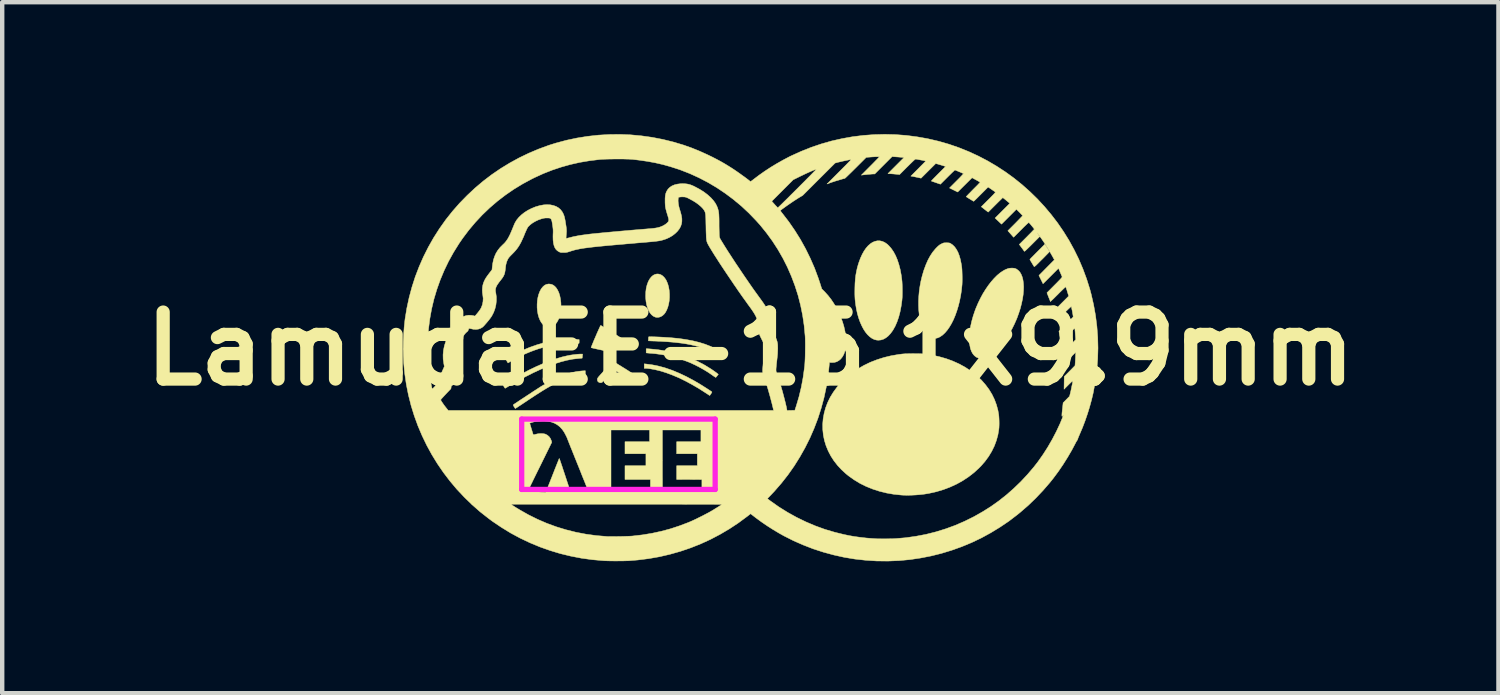
<source format=kicad_pcb>
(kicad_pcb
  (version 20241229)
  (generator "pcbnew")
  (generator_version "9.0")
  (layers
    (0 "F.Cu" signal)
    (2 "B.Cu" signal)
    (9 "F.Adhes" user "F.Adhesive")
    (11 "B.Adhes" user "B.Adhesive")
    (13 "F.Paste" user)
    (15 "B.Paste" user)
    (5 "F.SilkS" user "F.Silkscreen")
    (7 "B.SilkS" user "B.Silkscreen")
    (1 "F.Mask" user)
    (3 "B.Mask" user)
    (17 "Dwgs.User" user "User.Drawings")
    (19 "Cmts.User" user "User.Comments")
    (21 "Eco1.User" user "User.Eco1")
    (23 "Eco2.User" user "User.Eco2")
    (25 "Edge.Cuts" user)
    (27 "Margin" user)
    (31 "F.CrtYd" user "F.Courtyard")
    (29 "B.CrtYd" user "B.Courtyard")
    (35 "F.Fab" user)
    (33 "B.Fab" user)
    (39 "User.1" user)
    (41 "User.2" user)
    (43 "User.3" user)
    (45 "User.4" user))
  (footprint "LamudaEE-16.1x9.9mm"
    (layer "F.Cu")
    (at 14.014 4.881)
    (property "Reference" "LamudaEE-16.1x9.9mm" (at 0 0 0) (layer "F.SilkS") (effects (font (size 1.524 1.524) (thickness 0.3))))
    (attr exclude_from_pos_files exclude_from_bom)
    (fp_poly (pts (xy -2.373 0.347) (xy -2.228 0.366) (xy -2.08 0.396) (xy -1.928 0.438) (xy -1.773 0.492) (xy -1.615 0.558) (xy -1.452 0.635) (xy -1.286 0.724) (xy -1.17 0.791) (xy -1.134 0.813) (xy -1.095 0.837) (xy -1.055 0.863) (xy -1.015 0.888) (xy -0.978 0.912) (xy -0.944 0.934) (xy -0.915 0.953) (xy -0.892 0.969) (xy -0.878 0.979) (xy -0.874 0.983) (xy -0.876 0.99) (xy -0.883 1.005) (xy -0.896 1.024) (xy -0.897 1.026) (xy -0.924 1.064) (xy -1.019 1.002) (xy -1.175 0.902) (xy -1.33 0.812) (xy -1.481 0.731) (xy -1.629 0.659) (xy -1.774 0.598) (xy -1.914 0.546) (xy -2.049 0.504) (xy -2.178 0.473) (xy -2.269 0.457) (xy -2.303 0.452) (xy -2.336 0.448) (xy -2.363 0.446) (xy -2.382 0.445) (xy -2.383 0.445) (xy -2.413 0.445) (xy -2.413 0.343) (xy -2.373 0.347)) (stroke (width 0.01) (type solid)) (fill yes) (layer "F.SilkS"))
    (fp_poly (pts (xy -2.078 -1.698) (xy -2.036 -1.684) (xy -1.995 -1.658) (xy -1.957 -1.621) (xy -1.922 -1.573) (xy -1.905 -1.54) (xy -1.878 -1.474) (xy -1.858 -1.402) (xy -1.845 -1.326) (xy -1.839 -1.247) (xy -1.839 -1.168) (xy -1.845 -1.09) (xy -1.858 -1.015) (xy -1.877 -0.945) (xy -1.902 -0.881) (xy -1.932 -0.825) (xy -1.961 -0.787) (xy -1.999 -0.752) (xy -2.041 -0.728) (xy -2.084 -0.715) (xy -2.128 -0.713) (xy -2.163 -0.72) (xy -2.207 -0.741) (xy -2.247 -0.773) (xy -2.282 -0.816) (xy -2.313 -0.868) (xy -2.338 -0.928) (xy -2.358 -0.997) (xy -2.372 -1.072) (xy -2.38 -1.153) (xy -2.381 -1.205) (xy -2.378 -1.295) (xy -2.368 -1.375) (xy -2.35 -1.449) (xy -2.325 -1.518) (xy -2.314 -1.542) (xy -2.282 -1.597) (xy -2.246 -1.64) (xy -2.207 -1.672) (xy -2.165 -1.692) (xy -2.122 -1.701) (xy -2.078 -1.698)) (stroke (width 0.01) (type solid)) (fill yes) (layer "F.SilkS"))
    (fp_poly (pts (xy 6.726 -2.333) (xy 6.751 -2.293) (xy 6.772 -2.259) (xy 6.788 -2.232) (xy 6.798 -2.214) (xy 6.801 -2.206) (xy 6.797 -2.2) (xy 6.784 -2.187) (xy 6.765 -2.166) (xy 6.739 -2.14) (xy 6.709 -2.109) (xy 6.674 -2.073) (xy 6.636 -2.035) (xy 6.63 -2.03) (xy 6.586 -1.986) (xy 6.551 -1.951) (xy 6.523 -1.923) (xy 6.501 -1.901) (xy 6.484 -1.886) (xy 6.472 -1.876) (xy 6.464 -1.87) (xy 6.458 -1.868) (xy 6.454 -1.869) (xy 6.451 -1.871) (xy 6.45 -1.874) (xy 6.435 -1.898) (xy 6.419 -1.924) (xy 6.402 -1.952) (xy 6.386 -1.979) (xy 6.372 -2.002) (xy 6.362 -2.02) (xy 6.357 -2.03) (xy 6.356 -2.031) (xy 6.361 -2.036) (xy 6.373 -2.05) (xy 6.392 -2.07) (xy 6.418 -2.096) (xy 6.449 -2.127) (xy 6.483 -2.162) (xy 6.521 -2.2) (xy 6.527 -2.206) (xy 6.698 -2.377) (xy 6.726 -2.333)) (stroke (width 0.01) (type solid)) (fill yes) (layer "F.SilkS"))
    (fp_poly (pts (xy -4.531 -1.467) (xy -4.488 -1.45) (xy -4.448 -1.421) (xy -4.413 -1.382) (xy -4.382 -1.333) (xy -4.355 -1.275) (xy -4.334 -1.209) (xy -4.319 -1.136) (xy -4.309 -1.055) (xy -4.307 -1.016) (xy -4.307 -0.921) (xy -4.316 -0.834) (xy -4.333 -0.754) (xy -4.359 -0.679) (xy -4.371 -0.651) (xy -4.401 -0.598) (xy -4.436 -0.554) (xy -4.474 -0.521) (xy -4.515 -0.498) (xy -4.558 -0.486) (xy -4.602 -0.487) (xy -4.61 -0.488) (xy -4.649 -0.501) (xy -4.686 -0.524) (xy -4.718 -0.553) (xy -4.755 -0.598) (xy -4.785 -0.653) (xy -4.81 -0.715) (xy -4.829 -0.784) (xy -4.842 -0.858) (xy -4.849 -0.934) (xy -4.849 -1.012) (xy -4.844 -1.089) (xy -4.832 -1.163) (xy -4.814 -1.234) (xy -4.789 -1.3) (xy -4.759 -1.357) (xy -4.747 -1.374) (xy -4.712 -1.416) (xy -4.675 -1.446) (xy -4.634 -1.465) (xy -4.589 -1.473) (xy -4.578 -1.473) (xy -4.531 -1.467)) (stroke (width 0.01) (type solid)) (fill yes) (layer "F.SilkS"))
    (fp_poly (pts (xy -3.978 -0.214) (xy -3.967 -0.213) (xy -3.893 -0.208) (xy -3.893 -0.169) (xy -3.893 -0.147) (xy -3.895 -0.13) (xy -3.897 -0.123) (xy -3.905 -0.121) (xy -3.923 -0.119) (xy -3.952 -0.117) (xy -3.993 -0.116) (xy -4.047 -0.116) (xy -4.058 -0.116) (xy -4.198 -0.113) (xy -4.332 -0.103) (xy -4.462 -0.085) (xy -4.592 -0.06) (xy -4.725 -0.026) (xy -4.807 -0.002) (xy -4.907 0.032) (xy -5.013 0.072) (xy -5.122 0.118) (xy -5.23 0.168) (xy -5.334 0.221) (xy -5.43 0.275) (xy -5.431 0.275) (xy -5.512 0.323) (xy -5.537 0.281) (xy -5.562 0.239) (xy -5.513 0.209) (xy -5.352 0.119) (xy -5.187 0.039) (xy -5.02 -0.031) (xy -4.85 -0.091) (xy -4.68 -0.139) (xy -4.51 -0.175) (xy -4.342 -0.2) (xy -4.314 -0.203) (xy -4.26 -0.207) (xy -4.201 -0.211) (xy -4.14 -0.213) (xy -4.08 -0.215) (xy -4.025 -0.215) (xy -3.978 -0.214)) (stroke (width 0.01) (type solid)) (fill yes) (layer "F.SilkS"))
    (fp_poly (pts (xy -2.348 0.000065) (xy -2.328 0.001) (xy -2.297 0.003) (xy -2.26 0.006) (xy -2.218 0.01) (xy -2.174 0.014) (xy -2.131 0.019) (xy -2.095 0.023) (xy -1.913 0.052) (xy -1.733 0.092) (xy -1.556 0.143) (xy -1.385 0.205) (xy -1.218 0.278) (xy -1.059 0.36) (xy -0.906 0.453) (xy -0.841 0.497) (xy -0.813 0.517) (xy -0.786 0.536) (xy -0.765 0.552) (xy -0.751 0.563) (xy -0.75 0.564) (xy -0.728 0.582) (xy -0.755 0.616) (xy -0.769 0.634) (xy -0.781 0.647) (xy -0.786 0.652) (xy -0.787 0.652) (xy -0.793 0.649) (xy -0.807 0.64) (xy -0.829 0.626) (xy -0.855 0.608) (xy -0.87 0.597) (xy -0.959 0.536) (xy -1.057 0.476) (xy -1.161 0.418) (xy -1.265 0.365) (xy -1.367 0.318) (xy -1.41 0.3) (xy -1.553 0.247) (xy -1.703 0.201) (xy -1.858 0.163) (xy -2.013 0.133) (xy -2.166 0.112) (xy -2.245 0.105) (xy -2.275 0.103) (xy -2.306 0.1) (xy -2.332 0.098) (xy -2.332 0.098) (xy -2.369 0.094) (xy -2.369 0) (xy -2.348 0.000065)) (stroke (width 0.01) (type solid)) (fill yes) (layer "F.SilkS"))
    (fp_poly (pts (xy -2.221 -0.272) (xy -2.177 -0.271) (xy -2.128 -0.269) (xy -2.074 -0.267) (xy -2.018 -0.264) (xy -1.96 -0.261) (xy -1.903 -0.257) (xy -1.847 -0.254) (xy -1.81 -0.251) (xy -1.632 -0.234) (xy -1.466 -0.21) (xy -1.31 -0.181) (xy -1.164 -0.145) (xy -1.029 -0.103) (xy -0.903 -0.054) (xy -0.787 0.000407) (xy -0.681 0.062) (xy -0.674 0.066) (xy -0.628 0.096) (xy -0.639 0.113) (xy -0.659 0.143) (xy -0.673 0.164) (xy -0.68 0.176) (xy -0.682 0.178) (xy -0.687 0.174) (xy -0.701 0.166) (xy -0.721 0.153) (xy -0.733 0.145) (xy -0.826 0.092) (xy -0.928 0.043) (xy -1.038 -0.001) (xy -1.151 -0.039) (xy -1.176 -0.047) (xy -1.263 -0.07) (xy -1.354 -0.091) (xy -1.449 -0.109) (xy -1.549 -0.125) (xy -1.657 -0.138) (xy -1.772 -0.15) (xy -1.897 -0.16) (xy -2.031 -0.168) (xy -2.177 -0.175) (xy -2.199 -0.175) (xy -2.318 -0.18) (xy -2.318 -0.222) (xy -2.317 -0.244) (xy -2.315 -0.262) (xy -2.313 -0.27) (xy -2.305 -0.272) (xy -2.287 -0.273) (xy -2.258 -0.273) (xy -2.221 -0.272)) (stroke (width 0.01) (type solid)) (fill yes) (layer "F.SilkS"))
    (fp_poly (pts (xy -3.819 0.166) (xy -3.821 0.189) (xy -3.823 0.205) (xy -3.824 0.213) (xy -3.824 0.213) (xy -3.831 0.214) (xy -3.848 0.216) (xy -3.873 0.218) (xy -3.903 0.221) (xy -3.915 0.222) (xy -4.04 0.236) (xy -4.172 0.262) (xy -4.311 0.298) (xy -4.456 0.344) (xy -4.609 0.4) (xy -4.769 0.468) (xy -4.935 0.545) (xy -5.109 0.633) (xy -5.29 0.732) (xy -5.477 0.84) (xy -5.508 0.859) (xy -5.535 0.875) (xy -5.557 0.888) (xy -5.571 0.896) (xy -5.576 0.899) (xy -5.58 0.895) (xy -5.59 0.882) (xy -5.601 0.864) (xy -5.604 0.86) (xy -5.615 0.839) (xy -5.621 0.823) (xy -5.623 0.814) (xy -5.622 0.813) (xy -5.615 0.808) (xy -5.599 0.798) (xy -5.576 0.784) (xy -5.547 0.767) (xy -5.515 0.748) (xy -5.341 0.648) (xy -5.172 0.556) (xy -5.009 0.472) (xy -4.851 0.397) (xy -4.699 0.331) (xy -4.553 0.274) (xy -4.414 0.226) (xy -4.282 0.187) (xy -4.158 0.158) (xy -4.098 0.146) (xy -4.042 0.138) (xy -3.986 0.131) (xy -3.933 0.125) (xy -3.886 0.122) (xy -3.853 0.121) (xy -3.815 0.121) (xy -3.819 0.166)) (stroke (width 0.01) (type solid)) (fill yes) (layer "F.SilkS"))
    (fp_poly (pts (xy -3.753 0.548) (xy -3.753 0.573) (xy -3.754 0.587) (xy -3.757 0.595) (xy -3.763 0.597) (xy -3.767 0.597) (xy -3.84 0.602) (xy -3.92 0.612) (xy -4.005 0.629) (xy -4.089 0.651) (xy -4.14 0.667) (xy -4.2 0.687) (xy -4.259 0.709) (xy -4.317 0.734) (xy -4.377 0.76) (xy -4.438 0.79) (xy -4.502 0.824) (xy -4.57 0.862) (xy -4.643 0.904) (xy -4.722 0.952) (xy -4.807 1.006) (xy -4.901 1.066) (xy -5.002 1.133) (xy -5.045 1.161) (xy -5.096 1.196) (xy -5.145 1.228) (xy -5.191 1.259) (xy -5.232 1.286) (xy -5.266 1.308) (xy -5.294 1.327) (xy -5.313 1.339) (xy -5.323 1.345) (xy -5.346 1.36) (xy -5.372 1.32) (xy -5.385 1.299) (xy -5.391 1.286) (xy -5.392 1.278) (xy -5.389 1.273) (xy -5.386 1.271) (xy -5.374 1.262) (xy -5.352 1.247) (xy -5.321 1.227) (xy -5.284 1.202) (xy -5.241 1.173) (xy -5.194 1.142) (xy -5.143 1.109) (xy -5.091 1.074) (xy -5.037 1.039) (xy -4.984 1.004) (xy -4.933 0.97) (xy -4.884 0.939) (xy -4.84 0.91) (xy -4.801 0.885) (xy -4.769 0.864) (xy -4.744 0.849) (xy -4.731 0.841) (xy -4.603 0.767) (xy -4.483 0.703) (xy -4.368 0.649) (xy -4.259 0.604) (xy -4.154 0.567) (xy -4.052 0.539) (xy -3.952 0.519) (xy -3.854 0.507) (xy -3.823 0.504) (xy -3.753 0.5) (xy -3.753 0.548)) (stroke (width 0.01) (type solid)) (fill yes) (layer "F.SilkS"))
    (fp_poly (pts (xy 5.967 -1.834) (xy 5.998 -1.831) (xy 6.022 -1.825) (xy 6.045 -1.816) (xy 6.051 -1.813) (xy 6.093 -1.782) (xy 6.13 -1.742) (xy 6.159 -1.692) (xy 6.183 -1.633) (xy 6.2 -1.565) (xy 6.21 -1.49) (xy 6.215 -1.408) (xy 6.212 -1.32) (xy 6.204 -1.227) (xy 6.189 -1.128) (xy 6.167 -1.026) (xy 6.14 -0.92) (xy 6.105 -0.811) (xy 6.065 -0.7) (xy 6.054 -0.673) (xy 6.005 -0.562) (xy 5.952 -0.455) (xy 5.896 -0.353) (xy 5.835 -0.256) (xy 5.772 -0.166) (xy 5.707 -0.084) (xy 5.641 -0.009) (xy 5.574 0.056) (xy 5.507 0.111) (xy 5.441 0.156) (xy 5.376 0.189) (xy 5.367 0.192) (xy 5.338 0.203) (xy 5.313 0.209) (xy 5.285 0.212) (xy 5.258 0.214) (xy 5.23 0.214) (xy 5.205 0.213) (xy 5.187 0.211) (xy 5.182 0.21) (xy 5.135 0.189) (xy 5.094 0.156) (xy 5.058 0.113) (xy 5.029 0.061) (xy 5.007 0.000278) (xy 5.002 -0.019) (xy 4.986 -0.103) (xy 4.98 -0.196) (xy 4.981 -0.295) (xy 4.991 -0.401) (xy 5.009 -0.512) (xy 5.035 -0.628) (xy 5.068 -0.746) (xy 5.109 -0.867) (xy 5.132 -0.927) (xy 5.18 -1.039) (xy 5.233 -1.148) (xy 5.289 -1.252) (xy 5.35 -1.35) (xy 5.413 -1.442) (xy 5.478 -1.526) (xy 5.545 -1.602) (xy 5.612 -1.669) (xy 5.68 -1.726) (xy 5.747 -1.771) (xy 5.794 -1.797) (xy 5.842 -1.817) (xy 5.886 -1.83) (xy 5.931 -1.834) (xy 5.967 -1.834)) (stroke (width 0.01) (type solid)) (fill yes) (layer "F.SilkS"))
    (fp_poly (pts (xy 2.943 -2.455) (xy 2.998 -2.443) (xy 3.053 -2.419) (xy 3.106 -2.383) (xy 3.146 -2.347) (xy 3.203 -2.282) (xy 3.256 -2.205) (xy 3.303 -2.118) (xy 3.344 -2.02) (xy 3.379 -1.913) (xy 3.409 -1.797) (xy 3.432 -1.672) (xy 3.445 -1.572) (xy 3.45 -1.525) (xy 3.453 -1.468) (xy 3.455 -1.406) (xy 3.456 -1.341) (xy 3.456 -1.276) (xy 3.455 -1.215) (xy 3.453 -1.159) (xy 3.449 -1.113) (xy 3.449 -1.108) (xy 3.43 -0.97) (xy 3.405 -0.84) (xy 3.374 -0.721) (xy 3.336 -0.611) (xy 3.293 -0.512) (xy 3.243 -0.423) (xy 3.237 -0.414) (xy 3.188 -0.347) (xy 3.137 -0.292) (xy 3.083 -0.249) (xy 3.028 -0.218) (xy 2.971 -0.2) (xy 2.912 -0.194) (xy 2.873 -0.197) (xy 2.818 -0.211) (xy 2.765 -0.237) (xy 2.713 -0.275) (xy 2.663 -0.323) (xy 2.616 -0.381) (xy 2.572 -0.449) (xy 2.532 -0.526) (xy 2.495 -0.61) (xy 2.462 -0.702) (xy 2.434 -0.8) (xy 2.411 -0.905) (xy 2.404 -0.948) (xy 2.394 -1.01) (xy 2.387 -1.068) (xy 2.381 -1.123) (xy 2.378 -1.178) (xy 2.376 -1.238) (xy 2.376 -1.304) (xy 2.377 -1.379) (xy 2.377 -1.38) (xy 2.38 -1.484) (xy 2.387 -1.58) (xy 2.397 -1.668) (xy 2.412 -1.751) (xy 2.43 -1.834) (xy 2.453 -1.917) (xy 2.47 -1.968) (xy 2.505 -2.063) (xy 2.544 -2.148) (xy 2.586 -2.223) (xy 2.631 -2.288) (xy 2.679 -2.343) (xy 2.729 -2.387) (xy 2.781 -2.421) (xy 2.835 -2.443) (xy 2.889 -2.455) (xy 2.943 -2.455)) (stroke (width 0.01) (type solid)) (fill yes) (layer "F.SilkS"))
    (fp_poly (pts (xy 4.461 -2.41) (xy 4.492 -2.409) (xy 4.515 -2.407) (xy 4.532 -2.404) (xy 4.546 -2.398) (xy 4.55 -2.396) (xy 4.6 -2.362) (xy 4.645 -2.318) (xy 4.685 -2.262) (xy 4.721 -2.196) (xy 4.751 -2.118) (xy 4.777 -2.028) (xy 4.797 -1.927) (xy 4.804 -1.883) (xy 4.809 -1.845) (xy 4.813 -1.796) (xy 4.815 -1.741) (xy 4.817 -1.682) (xy 4.818 -1.622) (xy 4.818 -1.563) (xy 4.817 -1.509) (xy 4.815 -1.462) (xy 4.814 -1.451) (xy 4.801 -1.325) (xy 4.782 -1.202) (xy 4.758 -1.083) (xy 4.729 -0.969) (xy 4.696 -0.86) (xy 4.659 -0.757) (xy 4.619 -0.661) (xy 4.574 -0.572) (xy 4.527 -0.493) (xy 4.477 -0.422) (xy 4.425 -0.361) (xy 4.371 -0.311) (xy 4.315 -0.273) (xy 4.289 -0.259) (xy 4.262 -0.248) (xy 4.237 -0.241) (xy 4.209 -0.238) (xy 4.194 -0.237) (xy 4.168 -0.237) (xy 4.145 -0.238) (xy 4.129 -0.24) (xy 4.128 -0.241) (xy 4.078 -0.263) (xy 4.033 -0.297) (xy 3.992 -0.342) (xy 3.955 -0.396) (xy 3.923 -0.46) (xy 3.895 -0.531) (xy 3.871 -0.61) (xy 3.853 -0.696) (xy 3.839 -0.788) (xy 3.829 -0.885) (xy 3.825 -0.986) (xy 3.825 -1.091) (xy 3.831 -1.199) (xy 3.841 -1.31) (xy 3.857 -1.421) (xy 3.878 -1.534) (xy 3.905 -1.646) (xy 3.937 -1.757) (xy 3.95 -1.797) (xy 3.994 -1.915) (xy 4.041 -2.021) (xy 4.093 -2.116) (xy 4.149 -2.2) (xy 4.21 -2.273) (xy 4.232 -2.296) (xy 4.261 -2.325) (xy 4.285 -2.346) (xy 4.307 -2.363) (xy 4.329 -2.376) (xy 4.346 -2.385) (xy 4.37 -2.396) (xy 4.389 -2.404) (xy 4.406 -2.408) (xy 4.426 -2.409) (xy 4.454 -2.41) (xy 4.461 -2.41)) (stroke (width 0.01) (type solid)) (fill yes) (layer "F.SilkS"))
    (fp_poly (pts (xy 3.759 0.112) (xy 3.817 0.112) (xy 3.87 0.114) (xy 3.916 0.116) (xy 3.952 0.119) (xy 3.959 0.119) (xy 4.131 0.144) (xy 4.295 0.18) (xy 4.453 0.225) (xy 4.603 0.28) (xy 4.746 0.344) (xy 4.881 0.418) (xy 4.919 0.442) (xy 5.042 0.527) (xy 5.154 0.618) (xy 5.256 0.714) (xy 5.346 0.817) (xy 5.426 0.924) (xy 5.495 1.037) (xy 5.552 1.155) (xy 5.597 1.276) (xy 5.631 1.402) (xy 5.648 1.5) (xy 5.652 1.538) (xy 5.655 1.586) (xy 5.657 1.638) (xy 5.658 1.693) (xy 5.657 1.746) (xy 5.655 1.794) (xy 5.651 1.834) (xy 5.651 1.835) (xy 5.629 1.964) (xy 5.594 2.09) (xy 5.548 2.213) (xy 5.489 2.333) (xy 5.419 2.449) (xy 5.337 2.561) (xy 5.244 2.668) (xy 5.201 2.711) (xy 5.086 2.817) (xy 4.962 2.913) (xy 4.83 3) (xy 4.69 3.078) (xy 4.542 3.146) (xy 4.388 3.204) (xy 4.227 3.252) (xy 4.061 3.289) (xy 4.044 3.292) (xy 3.958 3.306) (xy 3.864 3.317) (xy 3.766 3.325) (xy 3.667 3.33) (xy 3.572 3.332) (xy 3.483 3.33) (xy 3.432 3.327) (xy 3.26 3.309) (xy 3.094 3.28) (xy 2.933 3.24) (xy 2.779 3.19) (xy 2.631 3.13) (xy 2.49 3.06) (xy 2.357 2.979) (xy 2.231 2.889) (xy 2.178 2.846) (xy 2.075 2.752) (xy 1.983 2.653) (xy 1.901 2.548) (xy 1.83 2.438) (xy 1.771 2.325) (xy 1.722 2.207) (xy 1.685 2.087) (xy 1.66 1.965) (xy 1.647 1.841) (xy 1.645 1.716) (xy 1.656 1.589) (xy 1.679 1.463) (xy 1.712 1.343) (xy 1.759 1.22) (xy 1.818 1.1) (xy 1.889 0.985) (xy 1.971 0.873) (xy 2.064 0.767) (xy 2.168 0.666) (xy 2.282 0.571) (xy 2.316 0.544) (xy 2.445 0.457) (xy 2.583 0.378) (xy 2.728 0.308) (xy 2.88 0.249) (xy 3.038 0.199) (xy 3.203 0.159) (xy 3.372 0.13) (xy 3.451 0.12) (xy 3.486 0.117) (xy 3.53 0.114) (xy 3.582 0.113) (xy 3.639 0.112) (xy 3.699 0.111) (xy 3.759 0.112)) (stroke (width 0.01) (type solid)) (fill yes) (layer "F.SilkS"))
    (fp_poly (pts (xy -3.397 -0.528) (xy -3.381 -0.519) (xy -3.357 -0.504) (xy -3.324 -0.484) (xy -3.286 -0.46) (xy -3.241 -0.432) (xy -3.192 -0.402) (xy -3.14 -0.369) (xy -3.128 -0.362) (xy -2.857 -0.194) (xy -3.091 0.035) (xy -3.079 0.177) (xy -3.076 0.218) (xy -3.072 0.255) (xy -3.07 0.285) (xy -3.067 0.307) (xy -3.066 0.319) (xy -3.066 0.321) (xy -3.06 0.324) (xy -3.045 0.333) (xy -3.021 0.348) (xy -2.991 0.367) (xy -2.954 0.389) (xy -2.913 0.415) (xy -2.877 0.437) (xy -2.832 0.465) (xy -2.791 0.491) (xy -2.754 0.515) (xy -2.723 0.535) (xy -2.699 0.551) (xy -2.684 0.562) (xy -2.678 0.566) (xy -2.666 0.589) (xy -2.663 0.616) (xy -2.67 0.642) (xy -2.684 0.665) (xy -2.699 0.677) (xy -2.711 0.682) (xy -2.722 0.685) (xy -2.734 0.686) (xy -2.748 0.683) (xy -2.765 0.676) (xy -2.788 0.665) (xy -2.816 0.649) (xy -2.852 0.628) (xy -2.896 0.601) (xy -2.924 0.583) (xy -2.966 0.558) (xy -3.004 0.534) (xy -3.038 0.514) (xy -3.065 0.497) (xy -3.086 0.486) (xy -3.097 0.479) (xy -3.099 0.479) (xy -3.106 0.483) (xy -3.12 0.496) (xy -3.141 0.517) (xy -3.168 0.546) (xy -3.201 0.581) (xy -3.235 0.619) (xy -3.268 0.655) (xy -3.298 0.688) (xy -3.325 0.717) (xy -3.348 0.741) (xy -3.365 0.758) (xy -3.375 0.767) (xy -3.377 0.768) (xy -3.405 0.774) (xy -3.434 0.768) (xy -3.446 0.762) (xy -3.466 0.746) (xy -3.477 0.726) (xy -3.48 0.7) (xy -3.48 0.691) (xy -3.479 0.684) (xy -3.476 0.676) (xy -3.471 0.667) (xy -3.463 0.655) (xy -3.451 0.639) (xy -3.433 0.618) (xy -3.41 0.592) (xy -3.379 0.558) (xy -3.342 0.516) (xy -3.34 0.514) (xy -3.31 0.481) (xy -3.282 0.449) (xy -3.258 0.422) (xy -3.239 0.401) (xy -3.226 0.386) (xy -3.22 0.38) (xy -3.218 0.374) (xy -3.216 0.365) (xy -3.216 0.351) (xy -3.216 0.33) (xy -3.217 0.301) (xy -3.22 0.261) (xy -3.223 0.221) (xy -3.227 0.177) (xy -3.23 0.138) (xy -3.234 0.106) (xy -3.237 0.082) (xy -3.24 0.068) (xy -3.241 0.066) (xy -3.249 0.063) (xy -3.267 0.058) (xy -3.295 0.051) (xy -3.331 0.042) (xy -3.372 0.032) (xy -3.418 0.022) (xy -3.432 0.019) (xy -3.479 0.009) (xy -3.522 -0.001) (xy -3.559 -0.009) (xy -3.589 -0.016) (xy -3.61 -0.022) (xy -3.621 -0.025) (xy -3.622 -0.026) (xy -3.62 -0.032) (xy -3.614 -0.049) (xy -3.604 -0.074) (xy -3.591 -0.106) (xy -3.575 -0.145) (xy -3.558 -0.187) (xy -3.538 -0.233) (xy -3.518 -0.279) (xy -3.498 -0.326) (xy -3.478 -0.372) (xy -3.459 -0.414) (xy -3.442 -0.452) (xy -3.427 -0.484) (xy -3.416 -0.509) (xy -3.407 -0.526) (xy -3.403 -0.532) (xy -3.403 -0.532) (xy -3.397 -0.528)) (stroke (width 0.01) (type solid)) (fill yes) (layer "F.SilkS"))
    (fp_poly (pts (xy 3.304 -4.87) (xy 3.55 -4.851) (xy 3.795 -4.819) (xy 4.039 -4.776) (xy 4.045 -4.774) (xy 4.282 -4.719) (xy 4.515 -4.652) (xy 4.743 -4.573) (xy 4.967 -4.483) (xy 5.184 -4.383) (xy 5.396 -4.272) (xy 5.602 -4.151) (xy 5.801 -4.021) (xy 5.994 -3.881) (xy 6.179 -3.732) (xy 6.357 -3.574) (xy 6.527 -3.408) (xy 6.689 -3.233) (xy 6.842 -3.051) (xy 6.987 -2.862) (xy 7.122 -2.665) (xy 7.248 -2.462) (xy 7.363 -2.252) (xy 7.469 -2.037) (xy 7.563 -1.815) (xy 7.647 -1.588) (xy 7.72 -1.356) (xy 7.75 -1.245) (xy 7.806 -1.001) (xy 7.85 -0.756) (xy 7.881 -0.51) (xy 7.9 -0.263) (xy 7.906 -0.016) (xy 7.899 0.231) (xy 7.88 0.478) (xy 7.848 0.726) (xy 7.803 0.973) (xy 7.795 1.013) (xy 7.759 1.164) (xy 7.716 1.321) (xy 7.667 1.48) (xy 7.613 1.637) (xy 7.555 1.79) (xy 7.494 1.933) (xy 7.486 1.952) (xy 7.472 1.984) (xy 7.46 2.013) (xy 7.451 2.037) (xy 7.445 2.053) (xy 7.445 2.056) (xy 7.44 2.071) (xy 7.433 2.081) (xy 7.433 2.081) (xy 7.427 2.089) (xy 7.417 2.105) (xy 7.404 2.127) (xy 7.398 2.14) (xy 7.311 2.304) (xy 7.215 2.469) (xy 7.112 2.633) (xy 7.003 2.793) (xy 6.89 2.945) (xy 6.81 3.045) (xy 6.656 3.223) (xy 6.492 3.396) (xy 6.32 3.562) (xy 6.141 3.717) (xy 6.074 3.772) (xy 5.879 3.921) (xy 5.676 4.058) (xy 5.468 4.185) (xy 5.254 4.302) (xy 5.034 4.407) (xy 4.81 4.5) (xy 4.581 4.582) (xy 4.348 4.653) (xy 4.112 4.712) (xy 3.872 4.759) (xy 3.63 4.795) (xy 3.386 4.818) (xy 3.14 4.828) (xy 2.893 4.827) (xy 2.867 4.826) (xy 2.622 4.81) (xy 2.379 4.783) (xy 2.137 4.743) (xy 1.898 4.69) (xy 1.662 4.626) (xy 1.43 4.551) (xy 1.203 4.463) (xy 0.98 4.365) (xy 0.762 4.255) (xy 0.648 4.191) (xy 0.514 4.111) (xy 0.381 4.026) (xy 0.251 3.937) (xy 0.128 3.847) (xy 0.049 3.786) (xy 0.006 3.752) (xy -0.075 3.815) (xy -0.274 3.962) (xy -0.48 4.098) (xy -0.691 4.222) (xy -0.908 4.336) (xy -1.131 4.438) (xy -1.358 4.528) (xy -1.59 4.607) (xy -1.827 4.674) (xy -2.067 4.73) (xy -2.312 4.773) (xy -2.56 4.804) (xy -2.74 4.819) (xy -2.782 4.822) (xy -2.835 4.823) (xy -2.895 4.825) (xy -2.961 4.825) (xy -3.029 4.826) (xy -3.098 4.826) (xy -3.166 4.825) (xy -3.228 4.824) (xy -3.284 4.822) (xy -3.331 4.82) (xy -3.343 4.819) (xy -3.594 4.797) (xy -3.841 4.763) (xy -4.084 4.716) (xy -4.324 4.658) (xy -4.559 4.587) (xy -4.79 4.505) (xy -5.016 4.411) (xy -5.237 4.306) (xy -5.454 4.189) (xy -5.664 4.06) (xy -5.87 3.921) (xy -5.953 3.859) (xy -6.148 3.706) (xy -6.333 3.543) (xy -6.339 3.537) (xy -5.445 3.537) (xy -5.394 3.571) (xy -5.371 3.586) (xy -5.34 3.606) (xy -5.304 3.628) (xy -5.267 3.65) (xy -5.248 3.662) (xy -5.045 3.777) (xy -4.837 3.88) (xy -4.626 3.971) (xy -4.41 4.05) (xy -4.19 4.117) (xy -3.966 4.173) (xy -3.736 4.217) (xy -3.502 4.249) (xy -3.263 4.269) (xy -3.251 4.27) (xy -3.221 4.271) (xy -3.181 4.271) (xy -3.132 4.271) (xy -3.077 4.271) (xy -3.018 4.27) (xy -2.956 4.269) (xy -2.895 4.268) (xy -2.837 4.266) (xy -2.782 4.264) (xy -2.734 4.262) (xy -2.695 4.26) (xy -2.673 4.258) (xy -2.45 4.232) (xy -2.233 4.196) (xy -2.022 4.15) (xy -1.814 4.094) (xy -1.608 4.026) (xy -1.402 3.948) (xy -1.398 3.946) (xy -1.351 3.926) (xy -1.296 3.901) (xy -1.234 3.872) (xy -1.17 3.84) (xy -1.104 3.808) (xy -1.041 3.775) (xy -0.982 3.744) (xy -0.929 3.716) (xy -0.907 3.703) (xy -0.875 3.685) (xy -0.84 3.664) (xy -0.804 3.641) (xy -0.768 3.619) (xy -0.734 3.598) (xy -0.703 3.578) (xy -0.678 3.562) (xy -0.659 3.549) (xy -0.649 3.541) (xy -0.648 3.539) (xy -0.654 3.539) (xy -0.673 3.539) (xy -0.703 3.539) (xy -0.745 3.539) (xy -0.797 3.539) (xy -0.861 3.538) (xy -0.934 3.538) (xy -1.017 3.538) (xy -1.109 3.538) (xy -1.21 3.538) (xy -1.319 3.538) (xy -1.436 3.538) (xy -1.561 3.537) (xy -1.692 3.537) (xy -1.83 3.537) (xy -1.975 3.537) (xy -2.125 3.537) (xy -2.28 3.537) (xy -2.44 3.537) (xy -2.604 3.537) (xy -2.773 3.537) (xy -2.945 3.537) (xy -3.046 3.537) (xy -5.445 3.537) (xy -6.339 3.537) (xy -6.471 3.409) (xy 0.386 3.409) (xy 0.458 3.463) (xy 0.65 3.598) (xy 0.849 3.722) (xy 1.053 3.835) (xy 1.263 3.937) (xy 1.477 4.028) (xy 1.695 4.107) (xy 1.918 4.173) (xy 2.13 4.225) (xy 2.255 4.251) (xy 2.378 4.272) (xy 2.504 4.289) (xy 2.635 4.304) (xy 2.774 4.315) (xy 2.854 4.32) (xy 2.887 4.322) (xy 2.929 4.322) (xy 2.979 4.323) (xy 3.034 4.323) (xy 3.091 4.323) (xy 3.147 4.322) (xy 3.2 4.321) (xy 3.248 4.32) (xy 3.287 4.318) (xy 3.292 4.318) (xy 3.53 4.298) (xy 3.764 4.265) (xy 3.995 4.221) (xy 4.221 4.164) (xy 4.444 4.095) (xy 4.662 4.015) (xy 4.876 3.922) (xy 5.086 3.818) (xy 5.292 3.701) (xy 5.471 3.588) (xy 5.648 3.462) (xy 5.822 3.325) (xy 5.989 3.178) (xy 6.15 3.023) (xy 6.303 2.859) (xy 6.447 2.69) (xy 6.541 2.569) (xy 6.655 2.407) (xy 6.764 2.237) (xy 6.866 2.06) (xy 6.96 1.88) (xy 7.044 1.7) (xy 7.087 1.595) (xy 7.099 1.566) (xy 7.108 1.541) (xy 7.115 1.523) (xy 7.118 1.514) (xy 7.118 1.513) (xy 7.114 1.514) (xy 7.105 1.522) (xy 7.103 1.523) (xy 7.088 1.537) (xy 7.085 1.52) (xy 7.085 1.509) (xy 7.086 1.487) (xy 7.088 1.457) (xy 7.092 1.421) (xy 7.096 1.38) (xy 7.098 1.366) (xy 7.113 1.229) (xy 7.186 1.155) (xy 7.259 1.081) (xy 7.275 1.018) (xy 7.282 0.989) (xy 7.29 0.954) (xy 7.298 0.916) (xy 7.306 0.876) (xy 7.314 0.837) (xy 7.322 0.801) (xy 7.328 0.771) (xy 7.332 0.747) (xy 7.334 0.733) (xy 7.334 0.731) (xy 7.33 0.732) (xy 7.318 0.742) (xy 7.299 0.758) (xy 7.275 0.781) (xy 7.246 0.809) (xy 7.234 0.821) (xy 7.134 0.921) (xy 7.136 0.776) (xy 7.138 0.632) (xy 7.261 0.508) (xy 7.383 0.384) (xy 7.387 0.328) (xy 7.389 0.301) (xy 7.391 0.265) (xy 7.393 0.225) (xy 7.395 0.185) (xy 7.395 0.176) (xy 7.399 0.079) (xy 7.263 0.215) (xy 7.126 0.351) (xy 7.122 0.317) (xy 7.12 0.298) (xy 7.117 0.27) (xy 7.114 0.236) (xy 7.11 0.199) (xy 7.109 0.187) (xy 7.099 0.092) (xy 7.249 -0.058) (xy 7.399 -0.207) (xy 7.391 -0.315) (xy 7.388 -0.352) (xy 7.386 -0.387) (xy 7.383 -0.417) (xy 7.381 -0.438) (xy 7.38 -0.446) (xy 7.376 -0.47) (xy 7.22 -0.314) (xy 7.064 -0.159) (xy 7.018 -0.397) (xy 7.18 -0.56) (xy 7.342 -0.723) (xy 7.338 -0.757) (xy 7.335 -0.776) (xy 7.33 -0.802) (xy 7.325 -0.833) (xy 7.319 -0.866) (xy 7.312 -0.898) (xy 7.307 -0.925) (xy 7.302 -0.947) (xy 7.299 -0.958) (xy 7.299 -0.959) (xy 7.294 -0.957) (xy 7.28 -0.946) (xy 7.257 -0.926) (xy 7.226 -0.897) (xy 7.187 -0.859) (xy 7.139 -0.811) (xy 7.128 -0.8) (xy 7.085 -0.757) (xy 7.05 -0.722) (xy 7.022 -0.695) (xy 7 -0.674) (xy 6.984 -0.659) (xy 6.973 -0.65) (xy 6.965 -0.645) (xy 6.961 -0.644) (xy 6.958 -0.645) (xy 6.956 -0.649) (xy 6.956 -0.651) (xy 6.953 -0.664) (xy 6.946 -0.686) (xy 6.938 -0.715) (xy 6.928 -0.748) (xy 6.924 -0.762) (xy 6.897 -0.854) (xy 7.068 -1.026) (xy 7.24 -1.198) (xy 7.208 -1.301) (xy 7.198 -1.336) (xy 7.188 -1.365) (xy 7.18 -1.389) (xy 7.175 -1.404) (xy 7.173 -1.408) (xy 7.167 -1.405) (xy 7.154 -1.393) (xy 7.134 -1.375) (xy 7.108 -1.35) (xy 7.077 -1.32) (xy 7.042 -1.286) (xy 7.004 -1.248) (xy 6.998 -1.241) (xy 6.959 -1.203) (xy 6.924 -1.168) (xy 6.893 -1.137) (xy 6.866 -1.112) (xy 6.845 -1.092) (xy 6.831 -1.079) (xy 6.825 -1.073) (xy 6.824 -1.073) (xy 6.821 -1.08) (xy 6.815 -1.096) (xy 6.805 -1.121) (xy 6.793 -1.151) (xy 6.783 -1.175) (xy 6.745 -1.273) (xy 6.92 -1.449) (xy 6.966 -1.495) (xy 7.003 -1.533) (xy 7.033 -1.564) (xy 7.056 -1.588) (xy 7.072 -1.607) (xy 7.083 -1.62) (xy 7.089 -1.629) (xy 7.091 -1.635) (xy 7.09 -1.636) (xy 7.086 -1.646) (xy 7.078 -1.665) (xy 7.067 -1.691) (xy 7.054 -1.722) (xy 7.047 -1.739) (xy 7.008 -1.83) (xy 6.656 -1.478) (xy 6.563 -1.667) (xy 6.739 -1.845) (xy 6.914 -2.022) (xy 6.869 -2.105) (xy 6.811 -2.206) (xy 6.754 -2.3) (xy 6.695 -2.394) (xy 6.672 -2.429) (xy 6.646 -2.467) (xy 6.621 -2.504) (xy 6.596 -2.539) (xy 6.573 -2.571) (xy 6.554 -2.598) (xy 6.538 -2.619) (xy 6.527 -2.632) (xy 6.523 -2.635) (xy 6.525 -2.631) (xy 6.533 -2.618) (xy 6.546 -2.6) (xy 6.55 -2.593) (xy 6.58 -2.551) (xy 6.408 -2.379) (xy 6.363 -2.334) (xy 6.326 -2.298) (xy 6.297 -2.27) (xy 6.274 -2.248) (xy 6.257 -2.232) (xy 6.245 -2.222) (xy 6.236 -2.217) (xy 6.231 -2.216) (xy 6.229 -2.217) (xy 6.223 -2.226) (xy 6.211 -2.243) (xy 6.195 -2.266) (xy 6.175 -2.292) (xy 6.169 -2.3) (xy 6.116 -2.372) (xy 6.287 -2.543) (xy 6.325 -2.582) (xy 6.36 -2.617) (xy 6.392 -2.649) (xy 6.418 -2.677) (xy 6.439 -2.698) (xy 6.452 -2.713) (xy 6.458 -2.72) (xy 6.458 -2.72) (xy 6.454 -2.726) (xy 6.444 -2.74) (xy 6.429 -2.76) (xy 6.41 -2.782) (xy 6.391 -2.806) (xy 6.372 -2.829) (xy 6.355 -2.848) (xy 6.342 -2.862) (xy 6.336 -2.869) (xy 6.332 -2.869) (xy 6.324 -2.865) (xy 6.313 -2.856) (xy 6.296 -2.842) (xy 6.274 -2.821) (xy 6.245 -2.793) (xy 6.209 -2.758) (xy 6.166 -2.714) (xy 6.157 -2.706) (xy 5.987 -2.535) (xy 5.856 -2.683) (xy 6.024 -2.851) (xy 6.061 -2.889) (xy 6.096 -2.925) (xy 6.127 -2.957) (xy 6.153 -2.984) (xy 6.173 -3.005) (xy 6.186 -3.019) (xy 6.191 -3.026) (xy 6.191 -3.026) (xy 6.187 -3.032) (xy 6.175 -3.046) (xy 6.157 -3.065) (xy 6.135 -3.088) (xy 6.121 -3.102) (xy 6.051 -3.172) (xy 5.712 -2.833) (xy 5.639 -2.903) (xy 5.566 -2.972) (xy 5.901 -3.307) (xy 5.823 -3.371) (xy 5.797 -3.393) (xy 5.773 -3.412) (xy 5.755 -3.426) (xy 5.744 -3.434) (xy 5.741 -3.435) (xy 5.736 -3.431) (xy 5.723 -3.419) (xy 5.703 -3.399) (xy 5.677 -3.374) (xy 5.646 -3.344) (xy 5.611 -3.309) (xy 5.574 -3.272) (xy 5.573 -3.271) (xy 5.409 -3.107) (xy 5.33 -3.168) (xy 5.252 -3.229) (xy 5.415 -3.392) (xy 5.458 -3.435) (xy 5.493 -3.471) (xy 5.52 -3.498) (xy 5.54 -3.52) (xy 5.555 -3.536) (xy 5.564 -3.548) (xy 5.569 -3.556) (xy 5.57 -3.561) (xy 5.569 -3.565) (xy 5.569 -3.565) (xy 5.56 -3.572) (xy 5.543 -3.584) (xy 5.52 -3.6) (xy 5.493 -3.619) (xy 5.483 -3.626) (xy 5.407 -3.677) (xy 5.245 -3.515) (xy 5.208 -3.478) (xy 5.173 -3.443) (xy 5.143 -3.413) (xy 5.117 -3.388) (xy 5.097 -3.369) (xy 5.084 -3.357) (xy 5.079 -3.353) (xy 5.073 -3.356) (xy 5.058 -3.365) (xy 5.038 -3.377) (xy 5.013 -3.392) (xy 4.987 -3.408) (xy 4.961 -3.424) (xy 4.938 -3.439) (xy 4.92 -3.45) (xy 4.91 -3.457) (xy 4.909 -3.458) (xy 4.913 -3.463) (xy 4.924 -3.476) (xy 4.943 -3.496) (xy 4.968 -3.522) (xy 4.998 -3.552) (xy 5.032 -3.587) (xy 5.067 -3.623) (xy 5.104 -3.66) (xy 5.138 -3.694) (xy 5.168 -3.724) (xy 5.192 -3.75) (xy 5.211 -3.769) (xy 5.222 -3.782) (xy 5.226 -3.787) (xy 5.218 -3.791) (xy 5.202 -3.801) (xy 5.18 -3.814) (xy 5.154 -3.828) (xy 5.127 -3.843) (xy 5.101 -3.857) (xy 5.088 -3.864) (xy 5.042 -3.889) (xy 4.715 -3.564) (xy 4.529 -3.656) (xy 4.69 -3.817) (xy 4.727 -3.854) (xy 4.761 -3.888) (xy 4.79 -3.919) (xy 4.814 -3.944) (xy 4.832 -3.964) (xy 4.844 -3.977) (xy 4.847 -3.982) (xy 4.839 -3.986) (xy 4.822 -3.994) (xy 4.798 -4.005) (xy 4.77 -4.017) (xy 4.741 -4.029) (xy 4.712 -4.041) (xy 4.686 -4.052) (xy 4.666 -4.06) (xy 4.654 -4.064) (xy 4.652 -4.064) (xy 4.646 -4.06) (xy 4.632 -4.047) (xy 4.612 -4.028) (xy 4.585 -4.003) (xy 4.554 -3.972) (xy 4.519 -3.938) (xy 4.484 -3.903) (xy 4.323 -3.742) (xy 4.221 -3.777) (xy 4.187 -3.789) (xy 4.157 -3.799) (xy 4.134 -3.807) (xy 4.119 -3.813) (xy 4.115 -3.815) (xy 4.119 -3.819) (xy 4.13 -3.832) (xy 4.149 -3.852) (xy 4.174 -3.878) (xy 4.204 -3.908) (xy 4.238 -3.943) (xy 4.275 -3.98) (xy 4.276 -3.981) (xy 4.44 -4.145) (xy 4.368 -4.168) (xy 4.335 -4.178) (xy 4.301 -4.188) (xy 4.272 -4.197) (xy 4.256 -4.201) (xy 4.216 -4.212) (xy 3.882 -3.879) (xy 3.797 -3.898) (xy 3.762 -3.905) (xy 3.73 -3.912) (xy 3.702 -3.918) (xy 3.682 -3.921) (xy 3.681 -3.921) (xy 3.65 -3.926) (xy 3.82 -4.096) (xy 3.858 -4.135) (xy 3.893 -4.17) (xy 3.924 -4.201) (xy 3.95 -4.228) (xy 3.97 -4.249) (xy 3.982 -4.263) (xy 3.988 -4.269) (xy 3.988 -4.269) (xy 3.981 -4.271) (xy 3.964 -4.275) (xy 3.94 -4.28) (xy 3.91 -4.286) (xy 3.878 -4.292) (xy 3.845 -4.298) (xy 3.814 -4.304) (xy 3.788 -4.309) (xy 3.768 -4.312) (xy 3.761 -4.313) (xy 3.755 -4.312) (xy 3.746 -4.306) (xy 3.733 -4.296) (xy 3.715 -4.28) (xy 3.691 -4.257) (xy 3.661 -4.228) (xy 3.623 -4.191) (xy 3.578 -4.146) (xy 3.57 -4.139) (xy 3.394 -3.962) (xy 3.33 -3.968) (xy 3.295 -3.971) (xy 3.253 -3.975) (xy 3.213 -3.978) (xy 3.198 -3.979) (xy 3.129 -3.983) (xy 3.311 -4.165) (xy 3.494 -4.348) (xy 3.46 -4.352) (xy 3.441 -4.354) (xy 3.414 -4.356) (xy 3.379 -4.359) (xy 3.342 -4.362) (xy 3.325 -4.363) (xy 3.224 -4.37) (xy 2.829 -3.975) (xy 2.8 -3.975) (xy 2.784 -3.974) (xy 2.757 -3.972) (xy 2.723 -3.969) (xy 2.685 -3.966) (xy 2.644 -3.962) (xy 2.604 -3.958) (xy 2.567 -3.954) (xy 2.557 -3.952) (xy 2.524 -3.948) (xy 2.729 -4.154) (xy 2.771 -4.196) (xy 2.81 -4.236) (xy 2.845 -4.272) (xy 2.876 -4.303) (xy 2.901 -4.329) (xy 2.919 -4.349) (xy 2.931 -4.361) (xy 2.934 -4.365) (xy 2.928 -4.367) (xy 2.911 -4.367) (xy 2.886 -4.367) (xy 2.853 -4.367) (xy 2.817 -4.365) (xy 2.777 -4.363) (xy 2.736 -4.36) (xy 2.697 -4.357) (xy 2.69 -4.357) (xy 2.634 -4.351) (xy 2.395 -4.112) (xy 2.349 -4.067) (xy 2.306 -4.024) (xy 2.266 -3.985) (xy 2.231 -3.951) (xy 2.201 -3.922) (xy 2.177 -3.899) (xy 2.159 -3.883) (xy 2.15 -3.874) (xy 2.148 -3.874) (xy 2.138 -3.872) (xy 2.117 -3.867) (xy 2.089 -3.859) (xy 2.054 -3.849) (xy 2.016 -3.837) (xy 1.975 -3.825) (xy 1.934 -3.813) (xy 1.895 -3.8) (xy 1.861 -3.789) (xy 1.832 -3.779) (xy 1.823 -3.776) (xy 1.744 -3.747) (xy 2.023 -4.027) (xy 2.08 -4.084) (xy 2.128 -4.132) (xy 2.169 -4.173) (xy 2.202 -4.207) (xy 2.229 -4.235) (xy 2.25 -4.257) (xy 2.265 -4.273) (xy 2.276 -4.285) (xy 2.282 -4.294) (xy 2.285 -4.299) (xy 2.284 -4.302) (xy 2.282 -4.302) (xy 2.277 -4.302) (xy 2.276 -4.302) (xy 2.254 -4.298) (xy 2.222 -4.291) (xy 2.183 -4.283) (xy 2.141 -4.274) (xy 2.097 -4.265) (xy 2.056 -4.255) (xy 2.02 -4.247) (xy 1.991 -4.24) (xy 1.988 -4.239) (xy 1.928 -4.223) (xy 1.559 -3.855) (xy 1.191 -3.487) (xy 1.114 -3.441) (xy 1.078 -3.419) (xy 1.037 -3.392) (xy 0.991 -3.363) (xy 0.944 -3.331) (xy 0.896 -3.298) (xy 0.849 -3.266) (xy 0.804 -3.234) (xy 0.764 -3.205) (xy 0.729 -3.18) (xy 0.702 -3.159) (xy 0.684 -3.144) (xy 0.684 -3.143) (xy 0.685 -3.137) (xy 0.694 -3.123) (xy 0.708 -3.103) (xy 0.727 -3.079) (xy 0.732 -3.073) (xy 0.876 -2.886) (xy 1.011 -2.69) (xy 1.138 -2.487) (xy 1.255 -2.276) (xy 1.361 -2.06) (xy 1.458 -1.839) (xy 1.542 -1.614) (xy 1.587 -1.48) (xy 1.624 -1.362) (xy 1.694 -1.292) (xy 1.767 -1.211) (xy 1.836 -1.123) (xy 1.899 -1.029) (xy 1.957 -0.93) (xy 2.01 -0.827) (xy 2.055 -0.722) (xy 2.095 -0.615) (xy 2.127 -0.509) (xy 2.151 -0.403) (xy 2.168 -0.299) (xy 2.176 -0.199) (xy 2.175 -0.104) (xy 2.166 -0.014) (xy 2.149 0.062) (xy 2.125 0.128) (xy 2.093 0.185) (xy 2.055 0.233) (xy 2.012 0.269) (xy 1.963 0.296) (xy 1.909 0.311) (xy 1.851 0.314) (xy 1.832 0.313) (xy 1.812 0.311) (xy 1.802 0.312) (xy 1.798 0.316) (xy 1.797 0.322) (xy 1.796 0.337) (xy 1.794 0.363) (xy 1.791 0.397) (xy 1.787 0.436) (xy 1.783 0.479) (xy 1.778 0.523) (xy 1.773 0.565) (xy 1.769 0.604) (xy 1.765 0.632) (xy 1.726 0.874) (xy 1.675 1.114) (xy 1.611 1.35) (xy 1.537 1.582) (xy 1.45 1.81) (xy 1.353 2.033) (xy 1.244 2.251) (xy 1.125 2.462) (xy 0.996 2.668) (xy 0.856 2.867) (xy 0.706 3.058) (xy 0.546 3.242) (xy 0.461 3.332) (xy 0.386 3.409) (xy -6.471 3.409) (xy -6.509 3.372) (xy -6.633 3.239) (xy -5.061 3.239) (xy -5.055 3.243) (xy -5.041 3.245) (xy -5.031 3.245) (xy -5.016 3.246) (xy -4.991 3.247) (xy -4.958 3.249) (xy -4.918 3.251) (xy -4.873 3.254) (xy -4.829 3.257) (xy -4.784 3.259) (xy -4.743 3.262) (xy -4.707 3.263) (xy -4.679 3.264) (xy -4.661 3.265) (xy -4.653 3.264) (xy -4.653 3.264) (xy -4.65 3.258) (xy -4.643 3.241) (xy -4.632 3.214) (xy -4.617 3.178) (xy -4.6 3.134) (xy -4.58 3.084) (xy -4.558 3.028) (xy -4.534 2.967) (xy -4.508 2.902) (xy -4.502 2.886) (xy -4.476 2.82) (xy -4.452 2.758) (xy -4.429 2.7) (xy -4.408 2.648) (xy -4.39 2.602) (xy -4.374 2.563) (xy -4.362 2.533) (xy -4.354 2.513) (xy -4.35 2.503) (xy -4.35 2.502) (xy -4.348 2.499) (xy -4.347 2.497) (xy -4.346 2.496) (xy -4.345 2.497) (xy -4.343 2.501) (xy -4.339 2.508) (xy -4.335 2.52) (xy -4.329 2.537) (xy -4.321 2.56) (xy -4.311 2.59) (xy -4.298 2.628) (xy -4.282 2.675) (xy -4.264 2.731) (xy -4.242 2.797) (xy -4.216 2.874) (xy -4.213 2.884) (xy -4.094 3.245) (xy -3.888 3.245) (xy -3.839 3.245) (xy -3.793 3.244) (xy -3.754 3.244) (xy -3.722 3.243) (xy -3.698 3.242) (xy -3.685 3.241) (xy -3.683 3.241) (xy -3.685 3.234) (xy -3.692 3.217) (xy -3.703 3.19) (xy -3.718 3.153) (xy -3.736 3.107) (xy -3.757 3.054) (xy -3.781 2.994) (xy -3.808 2.928) (xy -3.837 2.856) (xy -3.867 2.779) (xy -3.899 2.699) (xy -3.917 2.655) (xy -3.95 2.573) (xy -3.982 2.494) (xy -4.012 2.419) (xy -4.04 2.349) (xy -4.066 2.284) (xy -4.09 2.226) (xy -4.11 2.175) (xy -4.127 2.132) (xy -4.14 2.098) (xy -4.15 2.074) (xy -4.155 2.06) (xy -4.156 2.057) (xy -4.161 2.045) (xy -4.169 2.024) (xy -4.181 1.999) (xy -4.189 1.982) (xy -4.231 1.902) (xy -4.268 1.848) (xy -3.169 1.848) (xy -3.169 3.245) (xy -2.273 3.245) (xy -2.273 2.972) (xy -2.851 2.972) (xy -2.851 2.661) (xy -2.375 2.661) (xy -2.375 2.388) (xy -2.851 2.388) (xy -2.851 2.115) (xy -2.292 2.115) (xy -2.292 1.848) (xy -2 1.848) (xy -2 2.542) (xy -2 2.635) (xy -2 2.724) (xy -2 2.809) (xy -2 2.889) (xy -1.999 2.962) (xy -1.999 3.029) (xy -1.999 3.088) (xy -1.998 3.139) (xy -1.998 3.18) (xy -1.997 3.212) (xy -1.997 3.232) (xy -1.996 3.24) (xy -1.996 3.241) (xy -1.989 3.241) (xy -1.97 3.242) (xy -1.941 3.242) (xy -1.902 3.243) (xy -1.855 3.243) (xy -1.8 3.243) (xy -1.739 3.244) (xy -1.672 3.244) (xy -1.6 3.243) (xy -1.547 3.243) (xy -1.102 3.242) (xy -1.102 2.975) (xy -1.389 2.973) (xy -1.676 2.972) (xy -1.676 2.661) (xy -1.206 2.661) (xy -1.206 2.388) (xy -1.676 2.388) (xy -1.676 2.115) (xy -1.124 2.115) (xy -1.124 1.848) (xy -2 1.848) (xy -2.292 1.848) (xy -3.169 1.848) (xy -4.268 1.848) (xy -4.279 1.833) (xy -4.332 1.775) (xy -4.392 1.728) (xy -4.457 1.692) (xy -4.529 1.666) (xy -4.607 1.651) (xy -4.639 1.648) (xy -4.679 1.646) (xy -4.723 1.646) (xy -4.77 1.647) (xy -4.815 1.649) (xy -4.855 1.652) (xy -4.886 1.656) (xy -4.896 1.657) (xy -4.927 1.665) (xy -4.958 1.673) (xy -4.984 1.681) (xy -5.004 1.688) (xy -5.015 1.693) (xy -5.016 1.695) (xy -5.015 1.702) (xy -5.01 1.719) (xy -5.002 1.744) (xy -4.993 1.775) (xy -4.983 1.809) (xy -4.973 1.843) (xy -4.962 1.877) (xy -4.953 1.907) (xy -4.945 1.932) (xy -4.939 1.949) (xy -4.937 1.956) (xy -4.93 1.957) (xy -4.914 1.953) (xy -4.892 1.948) (xy -4.882 1.945) (xy -4.834 1.934) (xy -4.784 1.929) (xy -4.736 1.929) (xy -4.691 1.934) (xy -4.66 1.942) (xy -4.615 1.966) (xy -4.576 2) (xy -4.546 2.042) (xy -4.526 2.09) (xy -4.524 2.096) (xy -4.516 2.128) (xy -4.788 2.681) (xy -4.827 2.759) (xy -4.864 2.834) (xy -4.899 2.905) (xy -4.932 2.972) (xy -4.961 3.033) (xy -4.988 3.087) (xy -5.011 3.135) (xy -5.03 3.174) (xy -5.045 3.205) (xy -5.055 3.227) (xy -5.06 3.238) (xy -5.061 3.239) (xy -6.633 3.239) (xy -6.676 3.194) (xy -6.833 3.007) (xy -6.98 2.814) (xy -7.117 2.614) (xy -7.244 2.407) (xy -7.36 2.195) (xy -7.465 1.977) (xy -7.56 1.753) (xy -7.643 1.525) (xy -7.715 1.293) (xy -7.747 1.164) (xy -7.042 1.164) (xy -7.038 1.173) (xy -7.028 1.19) (xy -7.013 1.214) (xy -6.994 1.241) (xy -6.973 1.272) (xy -6.95 1.303) (xy -6.927 1.332) (xy -6.92 1.341) (xy -6.871 1.403) (xy 0.528 1.403) (xy 0.524 1.383) (xy 0.516 1.347) (xy 0.505 1.302) (xy 0.492 1.249) (xy 0.477 1.192) (xy 0.461 1.131) (xy 0.444 1.068) (xy 0.426 1.005) (xy 0.409 0.944) (xy 0.392 0.887) (xy 0.376 0.835) (xy 0.362 0.791) (xy 0.35 0.756) (xy 0.343 0.736) (xy 0.317 0.665) (xy 0.297 0.602) (xy 0.285 0.546) (xy 0.282 0.523) (xy 0.281 0.507) (xy 0.281 0.489) (xy 0.281 0.468) (xy 0.283 0.442) (xy 0.285 0.409) (xy 0.289 0.37) (xy 0.294 0.322) (xy 0.301 0.264) (xy 0.309 0.195) (xy 0.316 0.125) (xy 0.321 0.066) (xy 0.323 0.016) (xy 0.323 -0.018) (xy 0.321 -0.093) (xy 0.269 -0.194) (xy 0.245 -0.242) (xy 0.226 -0.281) (xy 0.212 -0.313) (xy 0.202 -0.342) (xy 0.195 -0.371) (xy 0.19 -0.4) (xy 0.187 -0.433) (xy 0.184 -0.473) (xy 0.184 -0.479) (xy 0.18 -0.538) (xy 0.173 -0.591) (xy 0.162 -0.64) (xy 0.147 -0.687) (xy 0.127 -0.734) (xy 0.101 -0.783) (xy 0.068 -0.837) (xy 0.028 -0.896) (xy 0.003 -0.931) (xy -0.054 -1.009) (xy -0.105 -1.081) (xy -0.153 -1.147) (xy -0.198 -1.21) (xy -0.241 -1.272) (xy -0.284 -1.333) (xy -0.327 -1.397) (xy -0.373 -1.463) (xy -0.421 -1.535) (xy -0.474 -1.613) (xy -0.532 -1.699) (xy -0.553 -1.73) (xy -0.611 -1.817) (xy -0.666 -1.9) (xy -0.719 -1.981) (xy -0.768 -2.058) (xy -0.814 -2.129) (xy -0.855 -2.195) (xy -0.892 -2.255) (xy -0.923 -2.306) (xy -0.948 -2.349) (xy -0.966 -2.383) (xy -0.969 -2.388) (xy -0.977 -2.404) (xy -0.983 -2.421) (xy -0.989 -2.438) (xy -0.993 -2.458) (xy -0.997 -2.481) (xy -1 -2.509) (xy -1.003 -2.543) (xy -1.004 -2.585) (xy -1.006 -2.636) (xy -1.008 -2.696) (xy -1.009 -2.768) (xy -1.009 -2.781) (xy -1.011 -2.852) (xy -1.012 -2.912) (xy -1.013 -2.962) (xy -1.015 -3.003) (xy -1.017 -3.036) (xy -1.02 -3.063) (xy -1.024 -3.084) (xy -1.028 -3.102) (xy -1.034 -3.118) (xy -1.041 -3.132) (xy -1.049 -3.146) (xy -1.057 -3.159) (xy -1.087 -3.197) (xy -1.128 -3.238) (xy -1.178 -3.28) (xy -1.236 -3.323) (xy -1.302 -3.364) (xy -1.373 -3.403) (xy -1.389 -3.411) (xy -1.42 -3.427) (xy -1.444 -3.438) (xy -1.462 -3.445) (xy -1.479 -3.449) (xy -1.497 -3.452) (xy -1.52 -3.453) (xy -1.525 -3.453) (xy -1.556 -3.454) (xy -1.584 -3.452) (xy -1.606 -3.45) (xy -1.611 -3.449) (xy -1.637 -3.441) (xy -1.641 -3.402) (xy -1.643 -3.362) (xy -1.639 -3.315) (xy -1.632 -3.265) (xy -1.621 -3.216) (xy -1.617 -3.202) (xy -1.608 -3.171) (xy -1.597 -3.136) (xy -1.587 -3.102) (xy -1.585 -3.097) (xy -1.567 -3.024) (xy -1.557 -2.958) (xy -1.557 -2.898) (xy -1.565 -2.842) (xy -1.566 -2.839) (xy -1.585 -2.781) (xy -1.617 -2.724) (xy -1.659 -2.67) (xy -1.711 -2.62) (xy -1.77 -2.574) (xy -1.837 -2.534) (xy -1.91 -2.5) (xy -1.925 -2.495) (xy -1.954 -2.485) (xy -1.982 -2.476) (xy -2.01 -2.468) (xy -2.04 -2.461) (xy -2.073 -2.454) (xy -2.111 -2.449) (xy -2.154 -2.443) (xy -2.205 -2.438) (xy -2.264 -2.432) (xy -2.334 -2.426) (xy -2.41 -2.419) (xy -2.432 -2.417) (xy -2.465 -2.415) (xy -2.508 -2.411) (xy -2.559 -2.407) (xy -2.617 -2.402) (xy -2.679 -2.396) (xy -2.746 -2.39) (xy -2.815 -2.385) (xy -2.854 -2.381) (xy -2.992 -2.369) (xy -3.117 -2.358) (xy -3.231 -2.348) (xy -3.335 -2.338) (xy -3.429 -2.329) (xy -3.514 -2.32) (xy -3.591 -2.312) (xy -3.66 -2.303) (xy -3.723 -2.295) (xy -3.779 -2.288) (xy -3.83 -2.28) (xy -3.876 -2.272) (xy -3.919 -2.263) (xy -3.958 -2.255) (xy -3.995 -2.246) (xy -4.03 -2.236) (xy -4.064 -2.226) (xy -4.098 -2.215) (xy -4.102 -2.214) (xy -4.136 -2.203) (xy -4.163 -2.195) (xy -4.185 -2.191) (xy -4.206 -2.189) (xy -4.232 -2.188) (xy -4.248 -2.188) (xy -4.279 -2.188) (xy -4.302 -2.189) (xy -4.319 -2.192) (xy -4.335 -2.198) (xy -4.351 -2.205) (xy -4.389 -2.229) (xy -4.421 -2.26) (xy -4.446 -2.299) (xy -4.465 -2.347) (xy -4.478 -2.403) (xy -4.486 -2.47) (xy -4.488 -2.547) (xy -4.487 -2.6) (xy -4.485 -2.645) (xy -4.485 -2.681) (xy -4.486 -2.712) (xy -4.489 -2.742) (xy -4.493 -2.776) (xy -4.496 -2.797) (xy -4.504 -2.849) (xy -4.511 -2.89) (xy -4.519 -2.921) (xy -4.528 -2.943) (xy -4.54 -2.958) (xy -4.554 -2.968) (xy -4.573 -2.972) (xy -4.597 -2.974) (xy -4.626 -2.974) (xy -4.666 -2.973) (xy -4.701 -2.968) (xy -4.736 -2.959) (xy -4.747 -2.956) (xy -4.819 -2.931) (xy -4.887 -2.899) (xy -4.949 -2.863) (xy -5.003 -2.823) (xy -5.047 -2.781) (xy -5.059 -2.766) (xy -5.068 -2.751) (xy -5.081 -2.727) (xy -5.095 -2.696) (xy -5.111 -2.661) (xy -5.125 -2.629) (xy -5.157 -2.549) (xy -5.188 -2.481) (xy -5.216 -2.421) (xy -5.245 -2.368) (xy -5.274 -2.321) (xy -5.305 -2.277) (xy -5.338 -2.236) (xy -5.375 -2.195) (xy -5.41 -2.159) (xy -5.442 -2.127) (xy -5.467 -2.101) (xy -5.485 -2.081) (xy -5.499 -2.063) (xy -5.51 -2.045) (xy -5.52 -2.027) (xy -5.52 -2.026) (xy -5.537 -1.988) (xy -5.549 -1.951) (xy -5.559 -1.911) (xy -5.566 -1.864) (xy -5.569 -1.833) (xy -5.576 -1.777) (xy -5.584 -1.73) (xy -5.596 -1.69) (xy -5.613 -1.653) (xy -5.636 -1.615) (xy -5.667 -1.574) (xy -5.681 -1.556) (xy -5.716 -1.511) (xy -5.743 -1.473) (xy -5.764 -1.441) (xy -5.778 -1.412) (xy -5.786 -1.393) (xy -5.794 -1.364) (xy -5.797 -1.335) (xy -5.795 -1.302) (xy -5.788 -1.264) (xy -5.776 -1.178) (xy -5.776 -1.089) (xy -5.786 -0.999) (xy -5.807 -0.911) (xy -5.838 -0.826) (xy -5.879 -0.747) (xy -5.895 -0.722) (xy -5.914 -0.695) (xy -5.938 -0.664) (xy -5.965 -0.63) (xy -5.994 -0.595) (xy -6.023 -0.562) (xy -6.049 -0.532) (xy -6.072 -0.508) (xy -6.089 -0.492) (xy -6.091 -0.491) (xy -6.133 -0.465) (xy -6.183 -0.447) (xy -6.236 -0.44) (xy -6.292 -0.442) (xy -6.336 -0.451) (xy -6.361 -0.457) (xy -6.381 -0.461) (xy -6.394 -0.462) (xy -6.396 -0.462) (xy -6.403 -0.454) (xy -6.41 -0.438) (xy -6.413 -0.429) (xy -6.421 -0.409) (xy -6.433 -0.394) (xy -6.453 -0.378) (xy -6.475 -0.357) (xy -6.501 -0.326) (xy -6.529 -0.286) (xy -6.559 -0.238) (xy -6.588 -0.184) (xy -6.6 -0.162) (xy -6.631 -0.094) (xy -6.655 -0.033) (xy -6.671 0.024) (xy -6.682 0.081) (xy -6.686 0.139) (xy -6.687 0.164) (xy -6.686 0.209) (xy -6.683 0.247) (xy -6.677 0.283) (xy -6.667 0.323) (xy -6.657 0.357) (xy -6.64 0.412) (xy -6.658 0.462) (xy -6.668 0.486) (xy -6.681 0.518) (xy -6.696 0.554) (xy -6.712 0.59) (xy -6.716 0.599) (xy -6.739 0.65) (xy -6.757 0.692) (xy -6.77 0.728) (xy -6.781 0.76) (xy -6.789 0.792) (xy -6.796 0.825) (xy -6.799 0.841) (xy -6.81 0.91) (xy -6.887 0.99) (xy -6.935 1.041) (xy -6.974 1.083) (xy -7.004 1.116) (xy -7.026 1.14) (xy -7.038 1.156) (xy -7.042 1.164) (xy -7.747 1.164) (xy -7.775 1.056) (xy -7.823 0.816) (xy -7.859 0.572) (xy -7.87 0.47) (xy -7.883 0.319) (xy -7.89 0.161) (xy -7.893 0.006) (xy -7.34 0.006) (xy -7.332 0.237) (xy -7.312 0.469) (xy -7.28 0.695) (xy -7.271 0.746) (xy -7.262 0.793) (xy -7.254 0.834) (xy -7.247 0.868) (xy -7.241 0.894) (xy -7.236 0.91) (xy -7.233 0.914) (xy -7.228 0.91) (xy -7.215 0.898) (xy -7.197 0.88) (xy -7.175 0.857) (xy -7.161 0.842) (xy -7.136 0.815) (xy -7.117 0.794) (xy -7.104 0.778) (xy -7.096 0.764) (xy -7.09 0.751) (xy -7.086 0.736) (xy -7.084 0.726) (xy -7.074 0.689) (xy -7.063 0.652) (xy -7.05 0.615) (xy -7.034 0.573) (xy -7.012 0.524) (xy -7.003 0.502) (xy -6.959 0.404) (xy -6.971 0.34) (xy -6.986 0.238) (xy -6.988 0.137) (xy -6.979 0.035) (xy -6.958 -0.067) (xy -6.925 -0.171) (xy -6.88 -0.276) (xy -6.823 -0.383) (xy -6.77 -0.468) (xy -6.75 -0.497) (xy -6.732 -0.523) (xy -6.716 -0.544) (xy -6.704 -0.557) (xy -6.703 -0.559) (xy -6.69 -0.572) (xy -6.675 -0.592) (xy -6.66 -0.614) (xy -6.621 -0.664) (xy -6.575 -0.704) (xy -6.522 -0.735) (xy -6.464 -0.754) (xy -6.403 -0.763) (xy -6.338 -0.759) (xy -6.302 -0.753) (xy -6.264 -0.743) (xy -6.237 -0.773) (xy -6.208 -0.807) (xy -6.179 -0.844) (xy -6.153 -0.879) (xy -6.132 -0.912) (xy -6.119 -0.936) (xy -6.094 -1.002) (xy -6.08 -1.073) (xy -6.076 -1.145) (xy -6.084 -1.214) (xy -6.085 -1.221) (xy -6.093 -1.276) (xy -6.096 -1.336) (xy -6.092 -1.396) (xy -6.084 -1.445) (xy -6.072 -1.488) (xy -6.057 -1.528) (xy -6.038 -1.568) (xy -6.015 -1.609) (xy -5.984 -1.654) (xy -5.946 -1.705) (xy -5.934 -1.721) (xy -5.875 -1.797) (xy -5.871 -1.843) (xy -5.859 -1.939) (xy -5.841 -2.025) (xy -5.815 -2.103) (xy -5.783 -2.174) (xy -5.742 -2.24) (xy -5.692 -2.303) (xy -5.632 -2.363) (xy -5.629 -2.366) (xy -5.596 -2.397) (xy -5.567 -2.43) (xy -5.54 -2.466) (xy -5.514 -2.505) (xy -5.489 -2.551) (xy -5.463 -2.603) (xy -5.436 -2.665) (xy -5.406 -2.737) (xy -5.404 -2.743) (xy -5.389 -2.778) (xy -5.376 -2.811) (xy -5.364 -2.839) (xy -5.355 -2.859) (xy -5.351 -2.867) (xy -5.314 -2.928) (xy -5.265 -2.988) (xy -5.206 -3.045) (xy -5.139 -3.098) (xy -5.064 -3.146) (xy -4.982 -3.188) (xy -4.896 -3.224) (xy -4.872 -3.232) (xy -4.785 -3.257) (xy -4.702 -3.272) (xy -4.623 -3.277) (xy -4.549 -3.273) (xy -4.481 -3.259) (xy -4.419 -3.237) (xy -4.365 -3.206) (xy -4.318 -3.166) (xy -4.28 -3.117) (xy -4.261 -3.083) (xy -4.248 -3.054) (xy -4.236 -3.023) (xy -4.226 -2.988) (xy -4.217 -2.947) (xy -4.208 -2.899) (xy -4.199 -2.84) (xy -4.194 -2.81) (xy -4.188 -2.768) (xy -4.184 -2.736) (xy -4.182 -2.709) (xy -4.181 -2.686) (xy -4.181 -2.662) (xy -4.183 -2.634) (xy -4.185 -2.605) (xy -4.188 -2.572) (xy -4.189 -2.544) (xy -4.19 -2.524) (xy -4.19 -2.512) (xy -4.189 -2.511) (xy -4.182 -2.511) (xy -4.165 -2.514) (xy -4.141 -2.519) (xy -4.113 -2.526) (xy -4.067 -2.538) (xy -4.019 -2.55) (xy -3.967 -2.56) (xy -3.911 -2.571) (xy -3.851 -2.581) (xy -3.784 -2.59) (xy -3.711 -2.6) (xy -3.63 -2.61) (xy -3.54 -2.619) (xy -3.44 -2.629) (xy -3.329 -2.64) (xy -3.21 -2.651) (xy -3.065 -2.664) (xy -2.933 -2.676) (xy -2.813 -2.686) (xy -2.705 -2.696) (xy -2.609 -2.704) (xy -2.525 -2.711) (xy -2.453 -2.717) (xy -2.392 -2.722) (xy -2.343 -2.726) (xy -2.324 -2.728) (xy -2.258 -2.733) (xy -2.203 -2.739) (xy -2.156 -2.745) (xy -2.116 -2.752) (xy -2.08 -2.761) (xy -2.047 -2.771) (xy -2.038 -2.775) (xy -1.992 -2.794) (xy -1.949 -2.818) (xy -1.912 -2.844) (xy -1.882 -2.871) (xy -1.863 -2.896) (xy -1.863 -2.898) (xy -1.858 -2.909) (xy -1.856 -2.923) (xy -1.857 -2.94) (xy -1.861 -2.963) (xy -1.869 -2.993) (xy -1.88 -3.032) (xy -1.89 -3.062) (xy -1.906 -3.117) (xy -1.919 -3.164) (xy -1.928 -3.205) (xy -1.934 -3.244) (xy -1.937 -3.284) (xy -1.939 -3.329) (xy -1.939 -3.365) (xy -1.939 -3.418) (xy -1.936 -3.46) (xy -1.931 -3.496) (xy -1.924 -3.528) (xy -1.913 -3.559) (xy -1.9 -3.587) (xy -1.871 -3.632) (xy -1.831 -3.671) (xy -1.783 -3.703) (xy -1.725 -3.728) (xy -1.66 -3.744) (xy -1.589 -3.753) (xy -1.511 -3.754) (xy -1.486 -3.752) (xy -1.443 -3.748) (xy -1.406 -3.741) (xy -1.37 -3.731) (xy -1.332 -3.717) (xy -1.288 -3.698) (xy -1.27 -3.689) (xy -1.159 -3.63) (xy -1.059 -3.568) (xy -0.972 -3.502) (xy -0.895 -3.432) (xy -0.891 -3.427) (xy -0.839 -3.369) (xy -0.799 -3.314) (xy -0.768 -3.258) (xy -0.75 -3.216) (xy -0.74 -3.187) (xy -0.732 -3.158) (xy -0.725 -3.128) (xy -0.72 -3.096) (xy -0.716 -3.06) (xy -0.714 -3.018) (xy -0.712 -2.967) (xy -0.711 -2.908) (xy -0.711 -2.845) (xy -0.711 -2.792) (xy -0.71 -2.741) (xy -0.709 -2.692) (xy -0.708 -2.65) (xy -0.707 -2.615) (xy -0.706 -2.589) (xy -0.706 -2.584) (xy -0.704 -2.559) (xy -0.701 -2.54) (xy -0.697 -2.524) (xy -0.69 -2.508) (xy -0.679 -2.487) (xy -0.663 -2.461) (xy -0.657 -2.451) (xy -0.616 -2.384) (xy -0.569 -2.308) (xy -0.516 -2.224) (xy -0.458 -2.135) (xy -0.397 -2.041) (xy -0.333 -1.943) (xy -0.266 -1.844) (xy -0.199 -1.744) (xy -0.132 -1.645) (xy -0.066 -1.549) (xy -0.002 -1.456) (xy 0.059 -1.368) (xy 0.117 -1.287) (xy 0.17 -1.214) (xy 0.18 -1.2) (xy 0.223 -1.141) (xy 0.26 -1.09) (xy 0.291 -1.046) (xy 0.316 -1.008) (xy 0.338 -0.975) (xy 0.356 -0.944) (xy 0.373 -0.914) (xy 0.388 -0.885) (xy 0.39 -0.879) (xy 0.422 -0.808) (xy 0.447 -0.741) (xy 0.464 -0.675) (xy 0.475 -0.605) (xy 0.482 -0.527) (xy 0.482 -0.521) (xy 0.487 -0.429) (xy 0.542 -0.321) (xy 0.567 -0.27) (xy 0.587 -0.228) (xy 0.601 -0.191) (xy 0.611 -0.157) (xy 0.618 -0.123) (xy 0.622 -0.086) (xy 0.623 -0.042) (xy 0.624 -0.006) (xy 0.619 0.117) (xy 0.61 0.206) (xy 0.605 0.251) (xy 0.599 0.3) (xy 0.593 0.348) (xy 0.589 0.391) (xy 0.588 0.403) (xy 0.585 0.439) (xy 0.583 0.468) (xy 0.583 0.493) (xy 0.586 0.516) (xy 0.592 0.54) (xy 0.602 0.569) (xy 0.615 0.605) (xy 0.625 0.63) (xy 0.637 0.665) (xy 0.652 0.71) (xy 0.669 0.764) (xy 0.687 0.824) (xy 0.706 0.89) (xy 0.726 0.958) (xy 0.745 1.028) (xy 0.763 1.096) (xy 0.78 1.163) (xy 0.796 1.225) (xy 0.809 1.281) (xy 0.82 1.328) (xy 0.826 1.361) (xy 0.834 1.404) (xy 0.923 1.402) (xy 1.012 1.4) (xy 1.045 1.298) (xy 1.107 1.089) (xy 1.158 0.876) (xy 1.199 0.657) (xy 1.23 0.432) (xy 1.236 0.381) (xy 1.239 0.34) (xy 1.242 0.289) (xy 1.245 0.229) (xy 1.247 0.163) (xy 1.248 0.094) (xy 1.249 0.022) (xy 1.25 -0.049) (xy 1.25 -0.117) (xy 1.249 -0.18) (xy 1.248 -0.236) (xy 1.246 -0.283) (xy 1.245 -0.295) (xy 1.223 -0.529) (xy 1.189 -0.759) (xy 1.143 -0.986) (xy 1.086 -1.21) (xy 1.016 -1.429) (xy 0.935 -1.644) (xy 0.843 -1.855) (xy 0.74 -2.059) (xy 0.626 -2.258) (xy 0.501 -2.451) (xy 0.365 -2.637) (xy 0.22 -2.816) (xy 0.13 -2.916) (xy -0.033 -3.085) (xy -0.204 -3.245) (xy -0.335 -3.354) (xy 0.487 -3.354) (xy 0.553 -3.281) (xy 0.576 -3.255) (xy 0.597 -3.234) (xy 0.613 -3.217) (xy 0.623 -3.208) (xy 0.625 -3.207) (xy 0.631 -3.211) (xy 0.644 -3.224) (xy 0.666 -3.245) (xy 0.694 -3.272) (xy 0.729 -3.306) (xy 0.77 -3.347) (xy 0.816 -3.392) (xy 0.867 -3.442) (xy 0.921 -3.497) (xy 0.979 -3.554) (xy 1.04 -3.615) (xy 1.067 -3.641) (xy 1.128 -3.703) (xy 1.187 -3.762) (xy 1.243 -3.818) (xy 1.294 -3.87) (xy 1.342 -3.918) (xy 1.384 -3.961) (xy 1.42 -3.998) (xy 1.45 -4.029) (xy 1.474 -4.053) (xy 1.489 -4.07) (xy 1.497 -4.079) (xy 1.498 -4.08) (xy 1.49 -4.079) (xy 1.473 -4.073) (xy 1.446 -4.064) (xy 1.413 -4.05) (xy 1.373 -4.033) (xy 1.329 -4.013) (xy 1.282 -3.992) (xy 1.232 -3.969) (xy 1.183 -3.945) (xy 1.134 -3.922) (xy 1.133 -3.921) (xy 0.975 -3.843) (xy 0.731 -3.599) (xy 0.487 -3.354) (xy -0.335 -3.354) (xy -0.383 -3.394) (xy -0.569 -3.533) (xy -0.761 -3.662) (xy -0.96 -3.78) (xy -1.165 -3.887) (xy -1.375 -3.983) (xy -1.59 -4.067) (xy -1.646 -4.086) (xy -1.817 -4.141) (xy -1.988 -4.189) (xy -2.163 -4.229) (xy -2.343 -4.262) (xy -2.53 -4.289) (xy -2.683 -4.307) (xy -2.72 -4.309) (xy -2.767 -4.312) (xy -2.823 -4.313) (xy -2.886 -4.315) (xy -2.954 -4.315) (xy -3.025 -4.315) (xy -3.097 -4.315) (xy -3.168 -4.314) (xy -3.236 -4.313) (xy -3.299 -4.311) (xy -3.356 -4.309) (xy -3.403 -4.306) (xy -3.435 -4.303) (xy -3.662 -4.275) (xy -3.881 -4.238) (xy -4.093 -4.19) (xy -4.3 -4.132) (xy -4.504 -4.064) (xy -4.705 -3.985) (xy -4.904 -3.894) (xy -4.971 -3.861) (xy -5.177 -3.75) (xy -5.376 -3.629) (xy -5.568 -3.497) (xy -5.752 -3.356) (xy -5.928 -3.205) (xy -6.095 -3.045) (xy -6.253 -2.876) (xy -6.403 -2.698) (xy -6.543 -2.512) (xy -6.626 -2.391) (xy -6.75 -2.192) (xy -6.863 -1.988) (xy -6.963 -1.78) (xy -7.052 -1.567) (xy -7.129 -1.351) (xy -7.195 -1.131) (xy -7.248 -0.908) (xy -7.289 -0.682) (xy -7.318 -0.455) (xy -7.335 -0.225) (xy -7.34 0.006) (xy -7.893 0.006) (xy -7.893 -0.003) (xy -7.891 -0.167) (xy -7.884 -0.33) (xy -7.873 -0.488) (xy -7.857 -0.638) (xy -7.852 -0.679) (xy -7.812 -0.923) (xy -7.76 -1.164) (xy -7.696 -1.402) (xy -7.621 -1.636) (xy -7.533 -1.865) (xy -7.435 -2.089) (xy -7.325 -2.308) (xy -7.204 -2.522) (xy -7.072 -2.729) (xy -6.93 -2.929) (xy -6.929 -2.931) (xy -6.775 -3.125) (xy -6.613 -3.31) (xy -6.441 -3.486) (xy -6.262 -3.654) (xy -6.075 -3.812) (xy -5.881 -3.96) (xy -5.679 -4.098) (xy -5.471 -4.225) (xy -5.257 -4.342) (xy -5.037 -4.448) (xy -4.812 -4.543) (xy -4.583 -4.627) (xy -4.423 -4.677) (xy -4.185 -4.741) (xy -3.944 -4.792) (xy -3.701 -4.831) (xy -3.457 -4.858) (xy -3.212 -4.872) (xy -2.966 -4.875) (xy -2.721 -4.865) (xy -2.476 -4.842) (xy -2.233 -4.808) (xy -1.991 -4.761) (xy -1.752 -4.702) (xy -1.524 -4.634) (xy -1.345 -4.571) (xy -1.166 -4.499) (xy -0.986 -4.418) (xy -0.87 -4.362) (xy -0.769 -4.31) (xy -0.676 -4.26) (xy -0.588 -4.21) (xy -0.501 -4.157) (xy -0.411 -4.1) (xy -0.37 -4.073) (xy -0.336 -4.05) (xy -0.298 -4.024) (xy -0.258 -3.996) (xy -0.216 -3.966) (xy -0.175 -3.936) (xy -0.135 -3.908) (xy -0.099 -3.881) (xy -0.067 -3.857) (xy -0.04 -3.836) (xy -0.021 -3.821) (xy -0.011 -3.812) (xy -0.01 -3.81) (xy -0.004 -3.805) (xy 0.005 -3.805) (xy 0.018 -3.811) (xy 0.037 -3.824) (xy 0.063 -3.844) (xy 0.077 -3.855) (xy 0.196 -3.945) (xy 0.325 -4.036) (xy 0.462 -4.126) (xy 0.604 -4.212) (xy 0.748 -4.293) (xy 0.892 -4.369) (xy 0.927 -4.386) (xy 1.152 -4.488) (xy 1.38 -4.579) (xy 1.613 -4.658) (xy 1.848 -4.725) (xy 2.087 -4.779) (xy 2.327 -4.822) (xy 2.57 -4.852) (xy 2.814 -4.87) (xy 3.059 -4.876) (xy 3.304 -4.87)) (stroke (width 0.01) (type solid)) (fill yes) (layer "F.SilkS"))
    (fp_line (start -5.2 1.6) (end -5.2 3.2) (stroke (width 0.12) (type solid)) (layer "F.CrtYd"))
    (fp_line (start -5.2 3.2) (end -0.8 3.2) (stroke (width 0.12) (type solid)) (layer "F.CrtYd"))
    (fp_line (start -0.8 1.6) (end -5.2 1.6) (stroke (width 0.12) (type solid)) (layer "F.CrtYd"))
    (fp_line (start -0.8 3.2) (end -0.8 1.6) (stroke (width 0.12) (type solid)) (layer "F.CrtYd")))
  (gr_rect
    (start -3 -3)
    (end 31.027 12.715)
    (stroke (width 0.1) (type default))
    (fill no)
    (layer "Edge.Cuts")))
</source>
